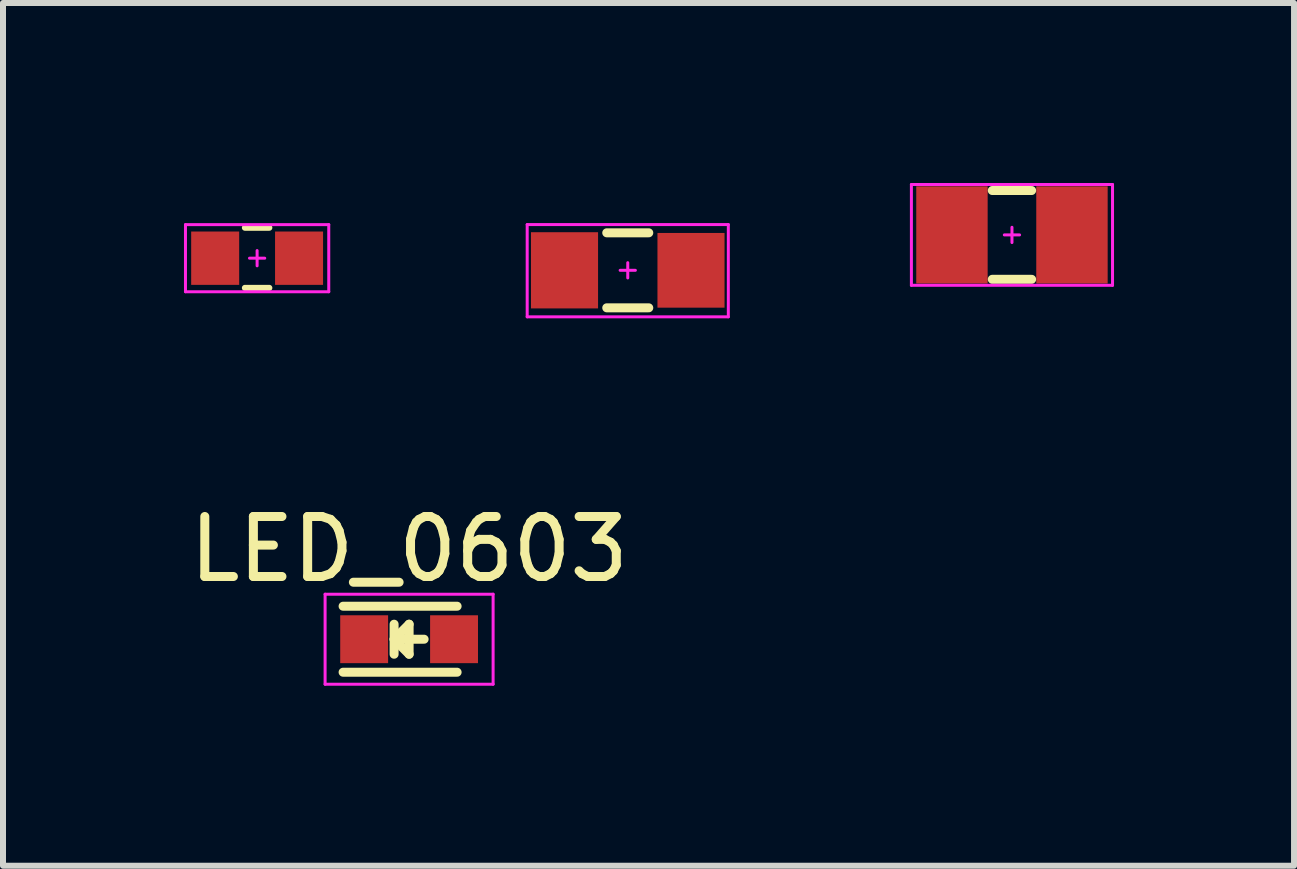
<source format=kicad_pcb>
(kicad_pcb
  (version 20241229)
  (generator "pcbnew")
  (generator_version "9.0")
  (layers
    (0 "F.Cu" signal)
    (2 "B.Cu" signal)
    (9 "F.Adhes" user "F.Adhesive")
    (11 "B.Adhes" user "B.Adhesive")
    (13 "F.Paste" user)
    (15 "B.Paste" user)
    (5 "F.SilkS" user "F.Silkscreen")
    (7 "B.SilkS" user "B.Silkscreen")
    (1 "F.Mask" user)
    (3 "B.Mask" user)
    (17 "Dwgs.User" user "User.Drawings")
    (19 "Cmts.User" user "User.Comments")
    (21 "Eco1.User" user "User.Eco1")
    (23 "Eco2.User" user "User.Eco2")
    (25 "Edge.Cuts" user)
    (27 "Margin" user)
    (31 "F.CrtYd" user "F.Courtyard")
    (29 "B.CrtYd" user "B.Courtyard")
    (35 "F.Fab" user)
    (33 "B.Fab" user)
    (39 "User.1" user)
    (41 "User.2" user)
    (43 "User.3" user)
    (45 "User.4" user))
  (footprint "LED_0603"
    (layer "F.Cu")
    (at 3.768 7.603)
    (property "Reference" "LED_0603" (at 0 -1.5 0) (layer "F.SilkS") (effects (font (size 1 1) (thickness 0.15))))
    (attr smd)
    (fp_line (start -1.1 -0.55) (end 0.8 -0.55) (stroke (width 0.15) (type solid)) (layer "F.SilkS"))
    (fp_line (start -1.1 0.55) (end 0.8 0.55) (stroke (width 0.15) (type solid)) (layer "F.SilkS"))
    (fp_line (start -0.25 -0.25) (end -0.25 0.25) (stroke (width 0.15) (type solid)) (layer "F.SilkS"))
    (fp_line (start -0.25 0) (end 0 -0.25) (stroke (width 0.15) (type solid)) (layer "F.SilkS"))
    (fp_line (start -0.2 0) (end 0.25 0) (stroke (width 0.15) (type solid)) (layer "F.SilkS"))
    (fp_line (start 0 -0.25) (end 0 0.25) (stroke (width 0.15) (type solid)) (layer "F.SilkS"))
    (fp_line (start 0 0.25) (end -0.25 0) (stroke (width 0.15) (type solid)) (layer "F.SilkS"))
    (fp_line (start -1.4 -0.75) (end 1.4 -0.75) (stroke (width 0.05) (type solid)) (layer "F.CrtYd"))
    (fp_line (start -1.4 0.75) (end -1.4 -0.75) (stroke (width 0.05) (type solid)) (layer "F.CrtYd"))
    (fp_line (start 1.4 -0.75) (end 1.4 0.75) (stroke (width 0.05) (type solid)) (layer "F.CrtYd"))
    (fp_line (start 1.4 0.75) (end -1.4 0.75) (stroke (width 0.05) (type solid)) (layer "F.CrtYd"))
    (pad "1" smd rect (at -0.749 0 180) (size 0.798 0.798) (layers "F.Cu" "F.Mask" "F.Paste"))
    (pad "2" smd rect (at 0.749 0 180) (size 0.798 0.798) (layers "F.Cu" "F.Mask" "F.Paste")))
  (footprint "L_0603"
    (layer "F.Cu")
    (at 1.235 1.253)
    (property "Reference" "L_0603" (at 0.12 -0.89 0) (layer "Eco2.User") (effects (font (size 0.5 0.5) (thickness 0.04))))
    (attr smd)
    (fp_line (start -0.203 -0.508) (end 0.203 -0.508) (stroke (width 0.102) (type solid)) (layer "F.SilkS"))
    (fp_line (start -0.203 0.495) (end 0.203 0.495) (stroke (width 0.102) (type solid)) (layer "F.SilkS"))
    (fp_line (start -1.194 -0.559) (end -1.194 0.559) (stroke (width 0.05) (type solid)) (layer "F.CrtYd"))
    (fp_line (start -1.194 -0.559) (end 1.194 -0.559) (stroke (width 0.05) (type solid)) (layer "F.CrtYd"))
    (fp_line (start -1.194 0.559) (end 1.194 0.559) (stroke (width 0.05) (type solid)) (layer "F.CrtYd"))
    (fp_line (start -0.127 0) (end 0.127 0) (stroke (width 0.05) (type solid)) (layer "F.CrtYd"))
    (fp_line (start 0 -0.127) (end 0 0.127) (stroke (width 0.05) (type solid)) (layer "F.CrtYd"))
    (fp_line (start 1.194 -0.559) (end 1.194 0.559) (stroke (width 0.05) (type solid)) (layer "F.CrtYd"))
    (pad "1" smd rect (at -0.699 0) (size 0.8 0.889) (layers "F.Cu" "F.Mask" "F.Paste"))
    (pad "2" smd rect (at 0.699 0) (size 0.8 0.889) (layers "F.Cu" "F.Mask" "F.Paste")))
  (footprint "L_0805"
    (layer "F.Cu")
    (at 7.412 1.455)
    (property "Reference" "L_0805" (at 0.191 -1.092 0) (layer "Eco2.User") (effects (font (size 0.5 0.5) (thickness 0.04))))
    (attr smd)
    (fp_line (start -0.35 -0.625) (end 0.35 -0.625) (stroke (width 0.15) (type solid)) (layer "F.SilkS"))
    (fp_line (start 0.35 0.625) (end -0.35 0.625) (stroke (width 0.15) (type solid)) (layer "F.SilkS"))
    (fp_line (start -1.676 -0.762) (end 1.676 -0.762) (stroke (width 0.05) (type solid)) (layer "F.CrtYd"))
    (fp_line (start -1.676 0.775) (end -1.676 -0.762) (stroke (width 0.05) (type solid)) (layer "F.CrtYd"))
    (fp_line (start -0.127 0) (end 0.127 0) (stroke (width 0.05) (type solid)) (layer "F.CrtYd"))
    (fp_line (start 0 -0.127) (end 0 0.127) (stroke (width 0.05) (type solid)) (layer "F.CrtYd"))
    (fp_line (start 1.676 -0.762) (end 1.676 0.775) (stroke (width 0.05) (type solid)) (layer "F.CrtYd"))
    (fp_line (start 1.676 0.775) (end -1.676 0.775) (stroke (width 0.05) (type solid)) (layer "F.CrtYd"))
    (pad "1" smd rect (at -1.054 0) (size 1.118 1.27) (layers "F.Cu" "F.Mask" "F.Paste"))
    (pad "2" smd rect (at 1.054 0) (size 1.118 1.245) (layers "F.Cu" "F.Mask" "F.Paste")))
  (footprint "L_0806"
    (layer "F.Cu")
    (at 13.815 0.865)
    (property "Reference" "L_0806" (at 0 0 0) (layer "Eco2.User") (effects (font (size 0.5 0.5) (thickness 0.04))))
    (attr smd)
    (fp_line (start -0.328 -0.74) (end 0.328 -0.74) (stroke (width 0.15) (type solid)) (layer "F.SilkS"))
    (fp_line (start -0.328 0.74) (end 0.328 0.74) (stroke (width 0.15) (type solid)) (layer "F.SilkS"))
    (fp_line (start -1.676 -0.84) (end 1.676 -0.84) (stroke (width 0.05) (type solid)) (layer "F.CrtYd"))
    (fp_line (start -1.676 0.84) (end -1.676 -0.84) (stroke (width 0.05) (type solid)) (layer "F.CrtYd"))
    (fp_line (start -0.127 0) (end 0.127 0) (stroke (width 0.05) (type solid)) (layer "F.CrtYd"))
    (fp_line (start 0 -0.127) (end 0 0.127) (stroke (width 0.05) (type solid)) (layer "F.CrtYd"))
    (fp_line (start 1.676 -0.84) (end 1.676 0.84) (stroke (width 0.05) (type solid)) (layer "F.CrtYd"))
    (fp_line (start 1.676 0.84) (end -1.676 0.84) (stroke (width 0.05) (type solid)) (layer "F.CrtYd"))
    (pad "1" smd rect (at -1 0) (size 1.19 1.62) (layers "F.Cu" "F.Mask" "F.Paste"))
    (pad "2" smd rect (at 1 0) (size 1.19 1.62) (layers "F.Cu" "F.Mask" "F.Paste")))
  (gr_rect
    (start -3 -3)
    (end 18.516 11.378)
    (stroke (width 0.1) (type default))
    (fill no)
    (layer "Edge.Cuts")))
</source>
